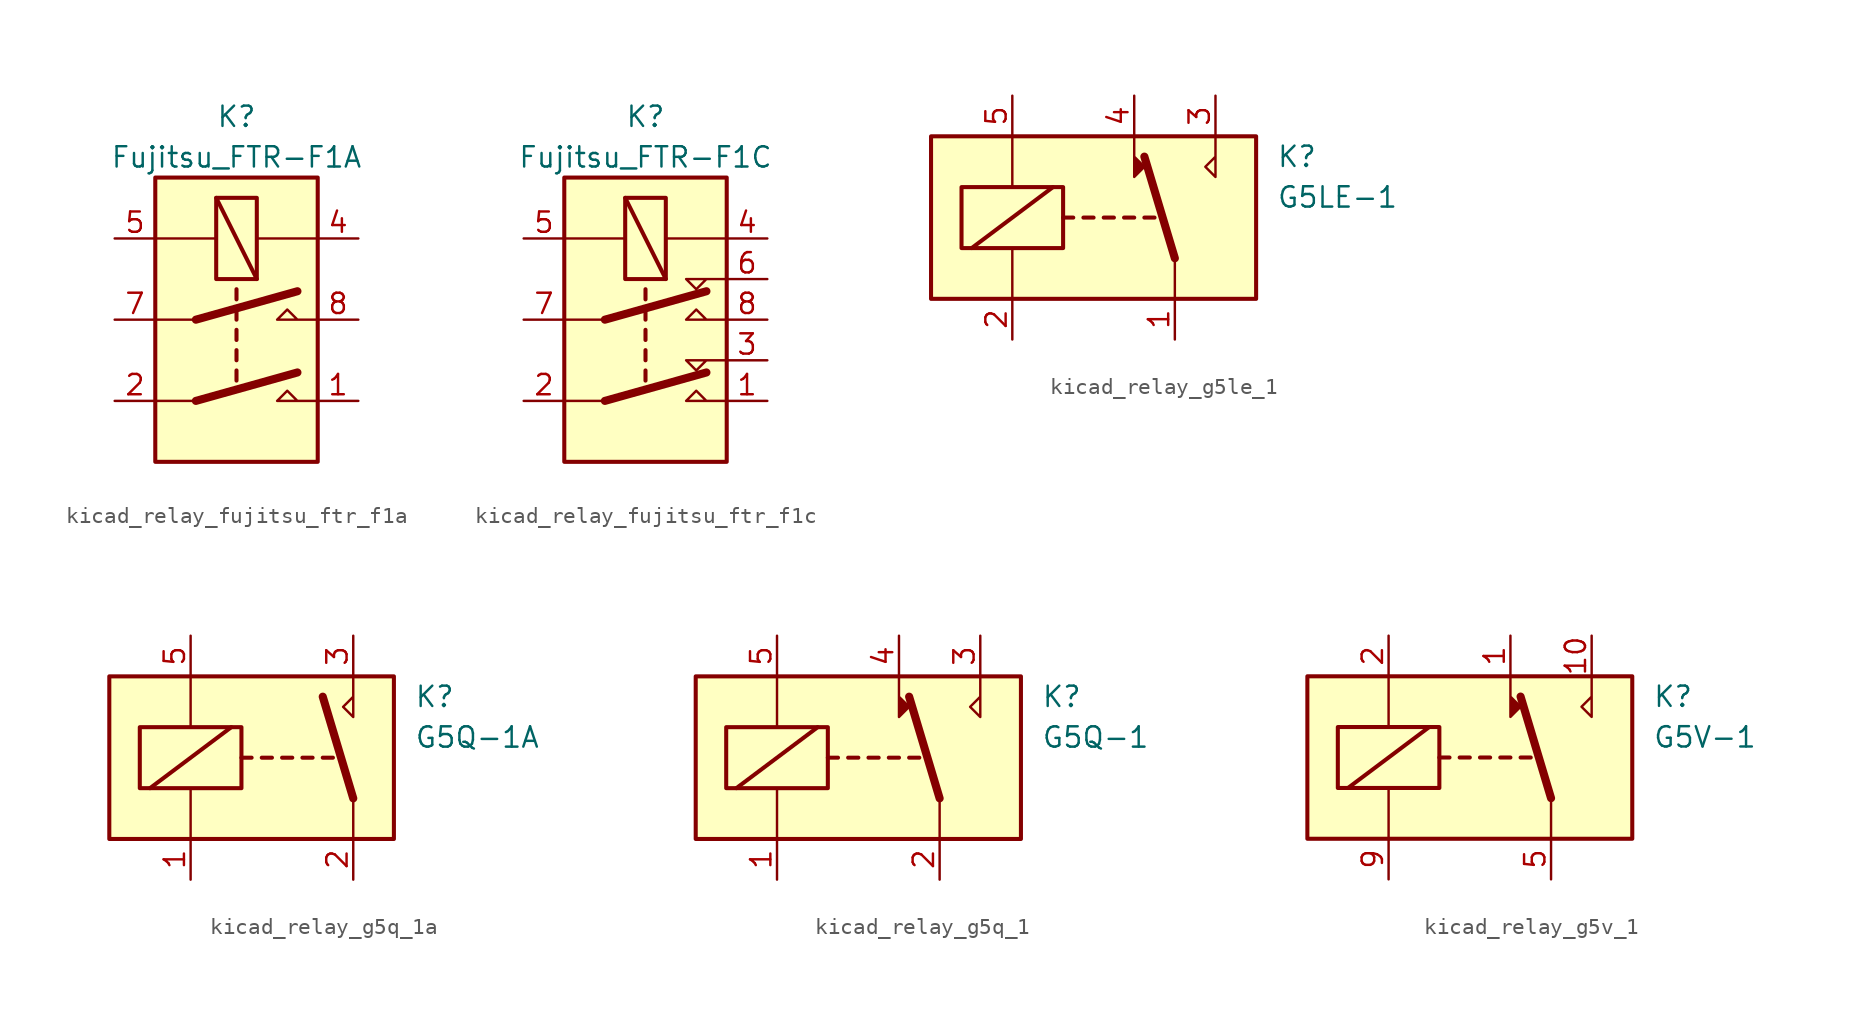
<source format=kicad_sym>
(kicad_symbol_lib
  (version 20220914)
  (generator kicad_symbol_editor)
  (symbol "kicad_relay_fujitsu_ftr_f1a"
    (property "Reference" "K"
      (at 0 12.7 0)
      (effects (font (size 1.27 1.27))))
    (property "Value" "Fujitsu_FTR-F1A"
      (at 0 10.16 0)
      (effects (font (size 1.27 1.27))))
    (symbol "kicad_relay_fujitsu_ftr_f1a_0_1"
      (rectangle (start -1.27 7.62) (end 1.27 2.54) (stroke (width 0.254) (type default)) (fill (type background)))
      (polyline (pts (xy -1.27 7.62) (xy 1.27 2.54)) (stroke (width 0.254) (type default)) (fill (type none))))
    (symbol "kicad_relay_fujitsu_ftr_f1a_1_1"
      (polyline (pts (xy -2.54 -5.08) (xy -5.08 -5.08)) (stroke (width 0) (type default)) (fill (type none)))
      (polyline (pts (xy -2.54 -5.08) (xy 3.81 -3.302)) (stroke (width 0.508) (type default)) (fill (type none)))
      (polyline (pts (xy -2.54 0) (xy -5.08 0)) (stroke (width 0) (type default)) (fill (type none)))
      (polyline (pts (xy -2.54 0) (xy 3.81 1.778)) (stroke (width 0.508) (type default)) (fill (type none)))
      (polyline (pts (xy 0 -3.175) (xy 0 -3.81)) (stroke (width 0.254) (type default)) (fill (type none)))
      (polyline (pts (xy 0 -1.905) (xy 0 -2.54)) (stroke (width 0.254) (type default)) (fill (type none)))
      (polyline (pts (xy 0 -0.635) (xy 0 -1.27)) (stroke (width 0.254) (type default)) (fill (type none)))
      (polyline (pts (xy 0 0.635) (xy 0 0)) (stroke (width 0.254) (type default)) (fill (type none)))
      (polyline (pts (xy 0 1.905) (xy 0 1.27)) (stroke (width 0.254) (type default)) (fill (type none)))
      (polyline (pts (xy 5.08 5.08) (xy 1.27 5.08)) (stroke (width 0) (type default)) (fill (type none)))
      (polyline (pts (xy -5.08 5.08) (xy -1.27 5.08) (xy -1.524 5.08)) (stroke (width 0) (type default)) (fill (type none)))
      (polyline (pts (xy 5.08 -5.08) (xy 2.54 -5.08) (xy 3.175 -4.445) (xy 3.81 -5.08)) (stroke (width 0) (type default)) (fill (type none)))
      (polyline (pts (xy 5.08 0) (xy 2.54 0) (xy 3.175 0.635) (xy 3.81 0)) (stroke (width 0) (type default)) (fill (type none)))
      (rectangle (start 5.08 8.89) (end -5.08 -8.89) (stroke (width 0.254) (type default)) (fill (type background)))
      (pin passive line (at 7.62 -5.08 180) (length 2.54) (name "~" (effects (font (size 1.27 1.27)))) (number "1" (effects (font (size 1.27 1.27)))))
      (pin passive line (at -7.62 -5.08 0) (length 2.54) (name "~" (effects (font (size 1.27 1.27)))) (number "2" (effects (font (size 1.27 1.27)))))
      (pin passive line (at 7.62 5.08 180) (length 2.54) (name "~" (effects (font (size 1.27 1.27)))) (number "4" (effects (font (size 1.27 1.27)))))
      (pin passive line (at -7.62 5.08 0) (length 2.54) (name "~" (effects (font (size 1.27 1.27)))) (number "5" (effects (font (size 1.27 1.27)))))
      (pin passive line (at -7.62 0 0) (length 2.54) (name "~" (effects (font (size 1.27 1.27)))) (number "7" (effects (font (size 1.27 1.27)))))
      (pin passive line (at 7.62 0 180) (length 2.54) (name "~" (effects (font (size 1.27 1.27)))) (number "8" (effects (font (size 1.27 1.27)))))))
  (symbol "kicad_relay_fujitsu_ftr_f1c"
    (property "Reference" "K"
      (at 0 12.7 0)
      (effects (font (size 1.27 1.27))))
    (property "Value" "Fujitsu_FTR-F1C"
      (at 0 10.16 0)
      (effects (font (size 1.27 1.27))))
    (symbol "kicad_relay_fujitsu_ftr_f1c_0_1"
      (rectangle (start -1.27 7.62) (end 1.27 2.54) (stroke (width 0.254) (type default)) (fill (type background)))
      (polyline (pts (xy -1.27 7.62) (xy 1.27 2.54)) (stroke (width 0.254) (type default)) (fill (type none)))
      (polyline (pts (xy 5.08 -2.54) (xy 2.54 -2.54) (xy 3.175 -3.175) (xy 3.81 -2.54)) (stroke (width 0) (type default)) (fill (type none)))
      (polyline (pts (xy 5.08 2.54) (xy 2.54 2.54) (xy 3.175 1.905) (xy 3.81 2.54)) (stroke (width 0) (type default)) (fill (type none))))
    (symbol "kicad_relay_fujitsu_ftr_f1c_1_1"
      (polyline (pts (xy -2.54 -5.08) (xy -5.08 -5.08)) (stroke (width 0) (type default)) (fill (type none)))
      (polyline (pts (xy -2.54 -5.08) (xy 3.81 -3.302)) (stroke (width 0.508) (type default)) (fill (type none)))
      (polyline (pts (xy -2.54 0) (xy -5.08 0)) (stroke (width 0) (type default)) (fill (type none)))
      (polyline (pts (xy -2.54 0) (xy 3.81 1.778)) (stroke (width 0.508) (type default)) (fill (type none)))
      (polyline (pts (xy 0 -3.175) (xy 0 -3.81)) (stroke (width 0.254) (type default)) (fill (type none)))
      (polyline (pts (xy 0 -1.905) (xy 0 -2.54)) (stroke (width 0.254) (type default)) (fill (type none)))
      (polyline (pts (xy 0 -0.635) (xy 0 -1.27)) (stroke (width 0.254) (type default)) (fill (type none)))
      (polyline (pts (xy 0 0.635) (xy 0 0)) (stroke (width 0.254) (type default)) (fill (type none)))
      (polyline (pts (xy 0 1.905) (xy 0 1.27)) (stroke (width 0.254) (type default)) (fill (type none)))
      (polyline (pts (xy 5.08 5.08) (xy 1.27 5.08)) (stroke (width 0) (type default)) (fill (type none)))
      (polyline (pts (xy -5.08 5.08) (xy -1.27 5.08) (xy -1.524 5.08)) (stroke (width 0) (type default)) (fill (type none)))
      (polyline (pts (xy 5.08 -5.08) (xy 2.54 -5.08) (xy 3.175 -4.445) (xy 3.81 -5.08)) (stroke (width 0) (type default)) (fill (type none)))
      (polyline (pts (xy 5.08 0) (xy 2.54 0) (xy 3.175 0.635) (xy 3.81 0)) (stroke (width 0) (type default)) (fill (type none)))
      (rectangle (start 5.08 8.89) (end -5.08 -8.89) (stroke (width 0.254) (type default)) (fill (type background)))
      (pin passive line (at 7.62 -5.08 180) (length 2.54) (name "~" (effects (font (size 1.27 1.27)))) (number "1" (effects (font (size 1.27 1.27)))))
      (pin passive line (at -7.62 -5.08 0) (length 2.54) (name "~" (effects (font (size 1.27 1.27)))) (number "2" (effects (font (size 1.27 1.27)))))
      (pin passive line (at 7.62 -2.54 180) (length 2.54) (name "~" (effects (font (size 1.27 1.27)))) (number "3" (effects (font (size 1.27 1.27)))))
      (pin passive line (at 7.62 5.08 180) (length 2.54) (name "~" (effects (font (size 1.27 1.27)))) (number "4" (effects (font (size 1.27 1.27)))))
      (pin passive line (at -7.62 5.08 0) (length 2.54) (name "~" (effects (font (size 1.27 1.27)))) (number "5" (effects (font (size 1.27 1.27)))))
      (pin passive line (at 7.62 2.54 180) (length 2.54) (name "~" (effects (font (size 1.27 1.27)))) (number "6" (effects (font (size 1.27 1.27)))))
      (pin passive line (at -7.62 0 0) (length 2.54) (name "~" (effects (font (size 1.27 1.27)))) (number "7" (effects (font (size 1.27 1.27)))))
      (pin passive line (at 7.62 0 180) (length 2.54) (name "~" (effects (font (size 1.27 1.27)))) (number "8" (effects (font (size 1.27 1.27)))))))
  (symbol "kicad_relay_g5le_1"
    (property "Reference" "K"
      (at 11.43 3.81 0)
      (effects (font (size 1.27 1.27)) (justify left)))
    (property "Value" "G5LE-1"
      (at 11.43 1.27 0)
      (effects (font (size 1.27 1.27)) (justify left)))
    (symbol "kicad_relay_g5le_1_0_0"
      (polyline (pts (xy 7.62 5.08) (xy 7.62 2.54) (xy 6.985 3.175) (xy 7.62 3.81)) (stroke (width 0) (type default)) (fill (type none))))
    (symbol "kicad_relay_g5le_1_0_1"
      (rectangle (start -10.16 5.08) (end 10.16 -5.08) (stroke (width 0.254) (type default)) (fill (type background)))
      (rectangle (start -8.255 1.905) (end -1.905 -1.905) (stroke (width 0.254) (type default)) (fill (type none)))
      (polyline (pts (xy -7.62 -1.905) (xy -2.54 1.905)) (stroke (width 0.254) (type default)) (fill (type none)))
      (polyline (pts (xy -5.08 -5.08) (xy -5.08 -1.905)) (stroke (width 0) (type default)) (fill (type none)))
      (polyline (pts (xy -5.08 5.08) (xy -5.08 1.905)) (stroke (width 0) (type default)) (fill (type none)))
      (polyline (pts (xy -1.905 0) (xy -1.27 0)) (stroke (width 0.254) (type default)) (fill (type none)))
      (polyline (pts (xy -0.635 0) (xy 0 0)) (stroke (width 0.254) (type default)) (fill (type none)))
      (polyline (pts (xy 0.635 0) (xy 1.27 0)) (stroke (width 0.254) (type default)) (fill (type none)))
      (polyline (pts (xy 1.905 0) (xy 2.54 0)) (stroke (width 0.254) (type default)) (fill (type none)))
      (polyline (pts (xy 3.175 0) (xy 3.81 0)) (stroke (width 0.254) (type default)) (fill (type none)))
      (polyline (pts (xy 5.08 -2.54) (xy 3.175 3.81)) (stroke (width 0.508) (type default)) (fill (type none)))
      (polyline (pts (xy 5.08 -2.54) (xy 5.08 -5.08)) (stroke (width 0) (type default)) (fill (type none)))
      (polyline (pts (xy 2.54 5.08) (xy 2.54 2.54) (xy 3.175 3.175) (xy 2.54 3.81)) (stroke (width 0) (type default)) (fill (type outline))))
    (symbol "kicad_relay_g5le_1_1_1"
      (pin passive line (at 5.08 -7.62 90) (length 2.54) (name "~" (effects (font (size 1.27 1.27)))) (number "1" (effects (font (size 1.27 1.27)))))
      (pin passive line (at -5.08 -7.62 90) (length 2.54) (name "~" (effects (font (size 1.27 1.27)))) (number "2" (effects (font (size 1.27 1.27)))))
      (pin passive line (at 7.62 7.62 270) (length 2.54) (name "~" (effects (font (size 1.27 1.27)))) (number "3" (effects (font (size 1.27 1.27)))))
      (pin passive line (at 2.54 7.62 270) (length 2.54) (name "~" (effects (font (size 1.27 1.27)))) (number "4" (effects (font (size 1.27 1.27)))))
      (pin passive line (at -5.08 7.62 270) (length 2.54) (name "~" (effects (font (size 1.27 1.27)))) (number "5" (effects (font (size 1.27 1.27)))))))
  (symbol "kicad_relay_g5q_1a"
    (property "Reference" "K"
      (at 8.89 3.81 0)
      (effects (font (size 1.27 1.27)) (justify left)))
    (property "Value" "G5Q-1A"
      (at 8.89 1.27 0)
      (effects (font (size 1.27 1.27)) (justify left)))
    (symbol "kicad_relay_g5q_1a_0_0"
      (polyline (pts (xy 5.08 5.08) (xy 5.08 2.54) (xy 4.445 3.175) (xy 5.08 3.81)) (stroke (width 0) (type default)) (fill (type none))))
    (symbol "kicad_relay_g5q_1a_0_1"
      (rectangle (start -10.16 5.08) (end 7.62 -5.08) (stroke (width 0.254) (type default)) (fill (type background)))
      (rectangle (start -8.255 1.905) (end -1.905 -1.905) (stroke (width 0.254) (type default)) (fill (type none)))
      (polyline (pts (xy -7.62 -1.905) (xy -2.54 1.905)) (stroke (width 0.254) (type default)) (fill (type none)))
      (polyline (pts (xy -5.08 -5.08) (xy -5.08 -1.905)) (stroke (width 0) (type default)) (fill (type none)))
      (polyline (pts (xy -5.08 5.08) (xy -5.08 1.905)) (stroke (width 0) (type default)) (fill (type none)))
      (polyline (pts (xy -1.905 0) (xy -1.27 0)) (stroke (width 0.254) (type default)) (fill (type none)))
      (polyline (pts (xy -0.635 0) (xy 0 0)) (stroke (width 0.254) (type default)) (fill (type none)))
      (polyline (pts (xy 0.635 0) (xy 1.27 0)) (stroke (width 0.254) (type default)) (fill (type none)))
      (polyline (pts (xy 1.905 0) (xy 2.54 0)) (stroke (width 0.254) (type default)) (fill (type none)))
      (polyline (pts (xy 3.175 0) (xy 3.81 0)) (stroke (width 0.254) (type default)) (fill (type none)))
      (polyline (pts (xy 5.08 -2.54) (xy 3.175 3.81)) (stroke (width 0.508) (type default)) (fill (type none)))
      (polyline (pts (xy 5.08 -2.54) (xy 5.08 -5.08)) (stroke (width 0) (type default)) (fill (type none))))
    (symbol "kicad_relay_g5q_1a_1_1"
      (pin passive line (at -5.08 -7.62 90) (length 2.54) (name "~" (effects (font (size 1.27 1.27)))) (number "1" (effects (font (size 1.27 1.27)))))
      (pin passive line (at 5.08 -7.62 90) (length 2.54) (name "~" (effects (font (size 1.27 1.27)))) (number "2" (effects (font (size 1.27 1.27)))))
      (pin passive line (at 5.08 7.62 270) (length 2.54) (name "~" (effects (font (size 1.27 1.27)))) (number "3" (effects (font (size 1.27 1.27)))))
      (pin passive line (at -5.08 7.62 270) (length 2.54) (name "~" (effects (font (size 1.27 1.27)))) (number "5" (effects (font (size 1.27 1.27)))))))
  (symbol "kicad_relay_g5q_1"
    (property "Reference" "K"
      (at 11.43 3.81 0)
      (effects (font (size 1.27 1.27)) (justify left)))
    (property "Value" "G5Q-1"
      (at 11.43 1.27 0)
      (effects (font (size 1.27 1.27)) (justify left)))
    (symbol "kicad_relay_g5q_1_0_0"
      (polyline (pts (xy 7.62 5.08) (xy 7.62 2.54) (xy 6.985 3.175) (xy 7.62 3.81)) (stroke (width 0) (type default)) (fill (type none))))
    (symbol "kicad_relay_g5q_1_0_1"
      (rectangle (start -10.16 5.08) (end 10.16 -5.08) (stroke (width 0.254) (type default)) (fill (type background)))
      (rectangle (start -8.255 1.905) (end -1.905 -1.905) (stroke (width 0.254) (type default)) (fill (type none)))
      (polyline (pts (xy -7.62 -1.905) (xy -2.54 1.905)) (stroke (width 0.254) (type default)) (fill (type none)))
      (polyline (pts (xy -5.08 -5.08) (xy -5.08 -1.905)) (stroke (width 0) (type default)) (fill (type none)))
      (polyline (pts (xy -5.08 5.08) (xy -5.08 1.905)) (stroke (width 0) (type default)) (fill (type none)))
      (polyline (pts (xy -1.905 0) (xy -1.27 0)) (stroke (width 0.254) (type default)) (fill (type none)))
      (polyline (pts (xy -0.635 0) (xy 0 0)) (stroke (width 0.254) (type default)) (fill (type none)))
      (polyline (pts (xy 0.635 0) (xy 1.27 0)) (stroke (width 0.254) (type default)) (fill (type none)))
      (polyline (pts (xy 1.905 0) (xy 2.54 0)) (stroke (width 0.254) (type default)) (fill (type none)))
      (polyline (pts (xy 3.175 0) (xy 3.81 0)) (stroke (width 0.254) (type default)) (fill (type none)))
      (polyline (pts (xy 5.08 -2.54) (xy 3.175 3.81)) (stroke (width 0.508) (type default)) (fill (type none)))
      (polyline (pts (xy 5.08 -2.54) (xy 5.08 -5.08)) (stroke (width 0) (type default)) (fill (type none)))
      (polyline (pts (xy 2.54 5.08) (xy 2.54 2.54) (xy 3.175 3.175) (xy 2.54 3.81)) (stroke (width 0) (type default)) (fill (type outline))))
    (symbol "kicad_relay_g5q_1_1_1"
      (pin passive line (at -5.08 -7.62 90) (length 2.54) (name "~" (effects (font (size 1.27 1.27)))) (number "1" (effects (font (size 1.27 1.27)))))
      (pin passive line (at 5.08 -7.62 90) (length 2.54) (name "~" (effects (font (size 1.27 1.27)))) (number "2" (effects (font (size 1.27 1.27)))))
      (pin passive line (at 7.62 7.62 270) (length 2.54) (name "~" (effects (font (size 1.27 1.27)))) (number "3" (effects (font (size 1.27 1.27)))))
      (pin passive line (at 2.54 7.62 270) (length 2.54) (name "~" (effects (font (size 1.27 1.27)))) (number "4" (effects (font (size 1.27 1.27)))))
      (pin passive line (at -5.08 7.62 270) (length 2.54) (name "~" (effects (font (size 1.27 1.27)))) (number "5" (effects (font (size 1.27 1.27)))))))
  (symbol "kicad_relay_g5v_1"
    (property "Reference" "K"
      (at 11.43 3.81 0)
      (effects (font (size 1.27 1.27)) (justify left)))
    (property "Value" "G5V-1"
      (at 11.43 1.27 0)
      (effects (font (size 1.27 1.27)) (justify left)))
    (symbol "kicad_relay_g5v_1_0_0"
      (polyline (pts (xy 7.62 5.08) (xy 7.62 2.54) (xy 6.985 3.175) (xy 7.62 3.81)) (stroke (width 0) (type default)) (fill (type none))))
    (symbol "kicad_relay_g5v_1_0_1"
      (rectangle (start -10.16 5.08) (end 10.16 -5.08) (stroke (width 0.254) (type default)) (fill (type background)))
      (rectangle (start -8.255 1.905) (end -1.905 -1.905) (stroke (width 0.254) (type default)) (fill (type none)))
      (polyline (pts (xy -7.62 -1.905) (xy -2.54 1.905)) (stroke (width 0.254) (type default)) (fill (type none)))
      (polyline (pts (xy -5.08 -5.08) (xy -5.08 -1.905)) (stroke (width 0) (type default)) (fill (type none)))
      (polyline (pts (xy -5.08 5.08) (xy -5.08 1.905)) (stroke (width 0) (type default)) (fill (type none)))
      (polyline (pts (xy -1.905 0) (xy -1.27 0)) (stroke (width 0.254) (type default)) (fill (type none)))
      (polyline (pts (xy -0.635 0) (xy 0 0)) (stroke (width 0.254) (type default)) (fill (type none)))
      (polyline (pts (xy 0.635 0) (xy 1.27 0)) (stroke (width 0.254) (type default)) (fill (type none)))
      (polyline (pts (xy 1.905 0) (xy 2.54 0)) (stroke (width 0.254) (type default)) (fill (type none)))
      (polyline (pts (xy 3.175 0) (xy 3.81 0)) (stroke (width 0.254) (type default)) (fill (type none)))
      (polyline (pts (xy 5.08 -2.54) (xy 3.175 3.81)) (stroke (width 0.508) (type default)) (fill (type none)))
      (polyline (pts (xy 5.08 -2.54) (xy 5.08 -5.08)) (stroke (width 0) (type default)) (fill (type none)))
      (polyline (pts (xy 2.54 5.08) (xy 2.54 2.54) (xy 3.175 3.175) (xy 2.54 3.81)) (stroke (width 0) (type default)) (fill (type outline))))
    (symbol "kicad_relay_g5v_1_1_1"
      (pin passive line (at 2.54 7.62 270) (length 2.54) (name "~" (effects (font (size 1.27 1.27)))) (number "1" (effects (font (size 1.27 1.27)))))
      (pin passive line (at 7.62 7.62 270) (length 2.54) (name "~" (effects (font (size 1.27 1.27)))) (number "10" (effects (font (size 1.27 1.27)))))
      (pin passive line (at -5.08 7.62 270) (length 2.54) (name "~" (effects (font (size 1.27 1.27)))) (number "2" (effects (font (size 1.27 1.27)))))
      (pin passive line (at 5.08 -7.62 90) (length 2.54) (name "~" (effects (font (size 1.27 1.27)))) (number "5" (effects (font (size 1.27 1.27)))))
      (pin passive line (at 5.08 -7.62 90) (length 2.54) hide (name "~" (effects (font (size 1.27 1.27)))) (number "6" (effects (font (size 1.27 1.27)))))
      (pin passive line (at -5.08 -7.62 90) (length 2.54) (name "~" (effects (font (size 1.27 1.27)))) (number "9" (effects (font (size 1.27 1.27))))))))
</source>
